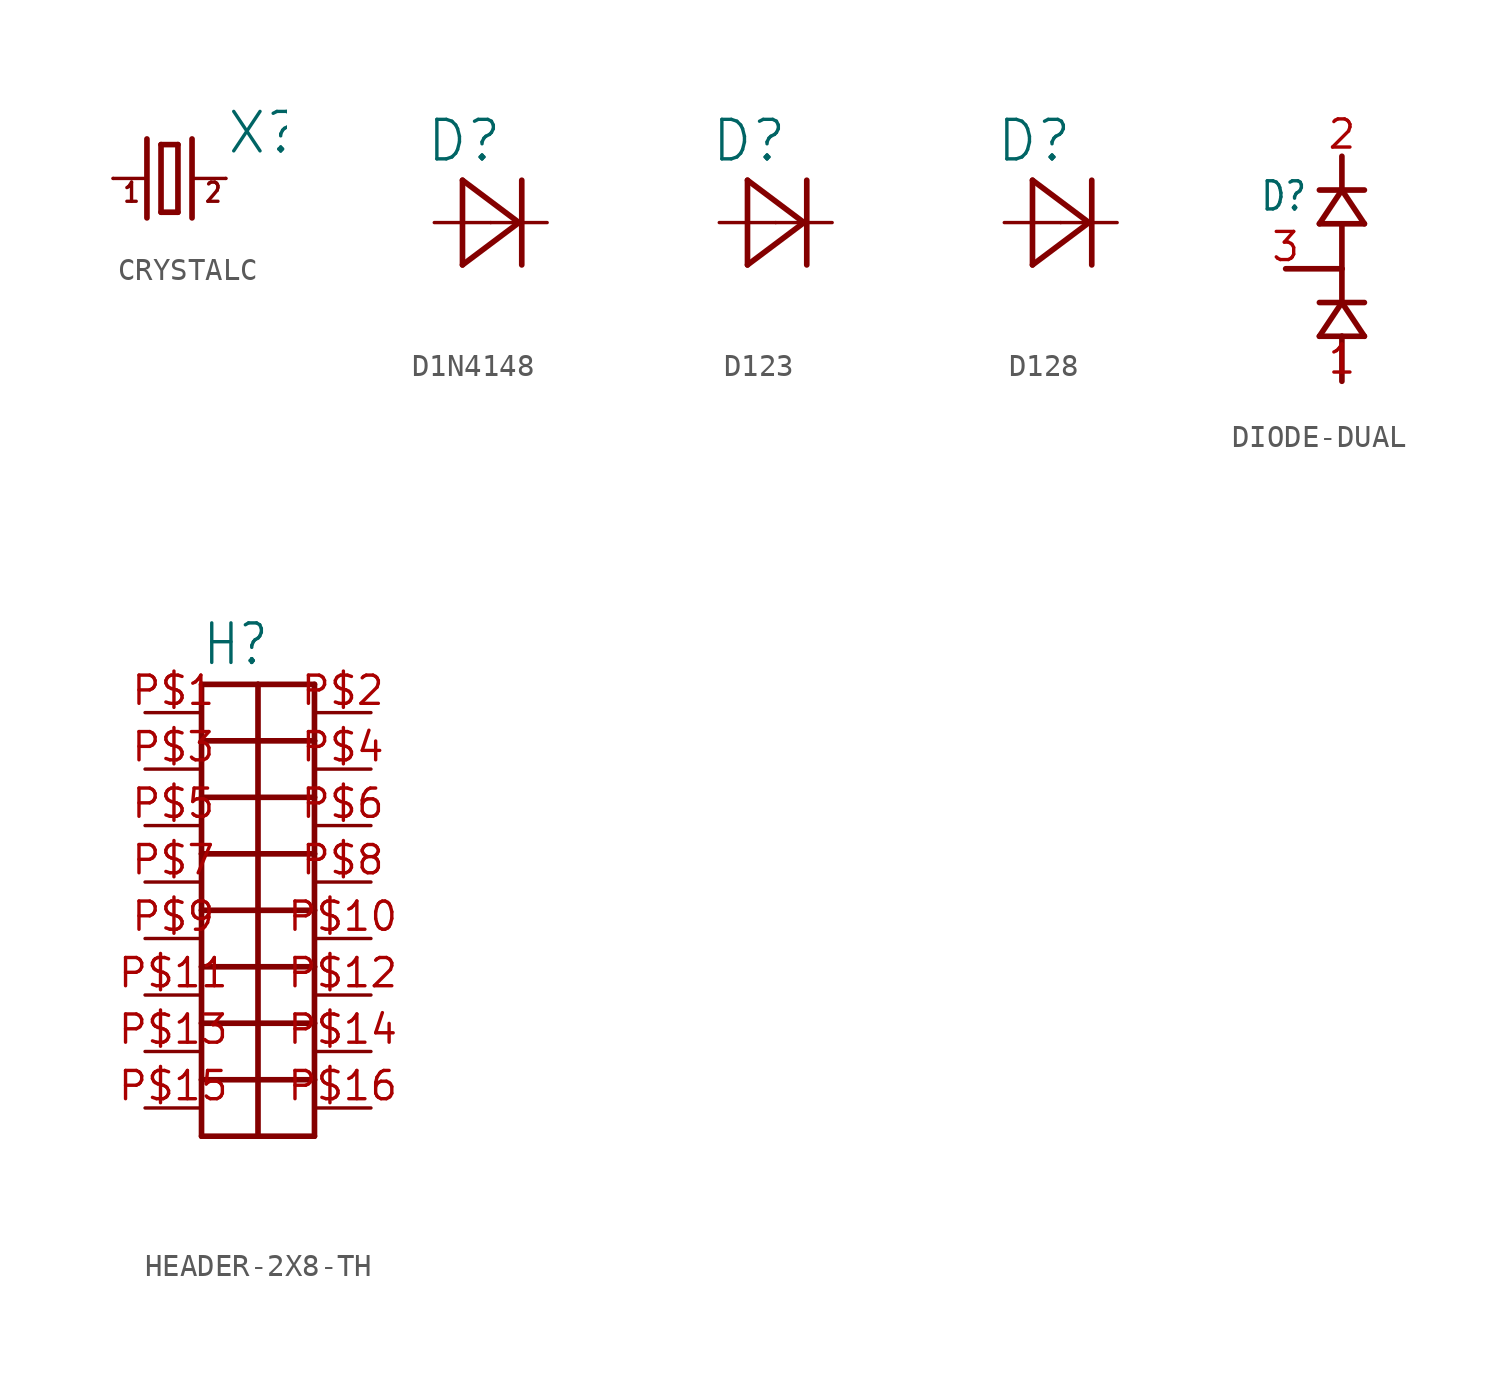
<source format=kicad_sym>
(kicad_symbol_lib
  (version 20231120)
  (generator "kicad_symbol_editor")
  (generator_version "8.0")
  (symbol "CRYSTALC"
    (property "Reference" "X"
      (at 2.54 1.016 0)
      (effects (font (size 1.778 1.778)) (justify left bottom)))
    (property "Value" ""
      (at 2.54 -2.54 0)
      (effects (font (size 1.778 1.778)) (justify left bottom)))
    (property "ki_locked" ""
      (at 0 0 0)
      (effects (font (size 1.27 1.27))))
    (symbol "CRYSTALC_1_0"
      (polyline (pts (xy -2.54 0) (xy -1.016 0)) (stroke (width 0.152) (type solid)) (fill (type none)))
      (polyline (pts (xy -1.016 1.778) (xy -1.016 -1.778)) (stroke (width 0.254) (type solid)) (fill (type none)))
      (polyline (pts (xy -0.381 -1.524) (xy 0.381 -1.524)) (stroke (width 0.254) (type solid)) (fill (type none)))
      (polyline (pts (xy -0.381 1.524) (xy -0.381 -1.524)) (stroke (width 0.254) (type solid)) (fill (type none)))
      (polyline (pts (xy 0.381 -1.524) (xy 0.381 1.524)) (stroke (width 0.254) (type solid)) (fill (type none)))
      (polyline (pts (xy 0.381 1.524) (xy -0.381 1.524)) (stroke (width 0.254) (type solid)) (fill (type none)))
      (polyline (pts (xy 1.016 0) (xy 2.54 0)) (stroke (width 0.152) (type solid)) (fill (type none)))
      (polyline (pts (xy 1.016 1.778) (xy 1.016 -1.778)) (stroke (width 0.254) (type solid)) (fill (type none)))
      (text "1" (at -2.159 -1.143 0) (effects (font (size 0.864 0.734)) (justify left bottom)))
      (text "2" (at 1.524 -1.143 0) (effects (font (size 0.864 0.734)) (justify left bottom)))
      (pin passive line (at -2.54 0 0) (length 0) (name "1" (effects (font (size 0 0)))) (number "1" (effects (font (size 0 0)))))
      (pin passive line (at 2.54 0 180) (length 0) (name "2" (effects (font (size 0 0)))) (number "2" (effects (font (size 0 0)))))))
  (symbol "D1N4148"
    (property "Reference" "D"
      (at -2.946 2.642 0)
      (effects (font (size 1.778 1.778)) (justify left bottom)))
    (property "Value" ""
      (at -4.47 -4.496 0)
      (effects (font (size 1.778 1.778)) (justify left bottom)))
    (property "ki_locked" ""
      (at 0 0 0)
      (effects (font (size 1.27 1.27))))
    (symbol "D1N4148_1_0"
      (polyline (pts (xy -1.27 -1.905) (xy 1.27 0)) (stroke (width 0.254) (type solid)) (fill (type none)))
      (polyline (pts (xy -1.27 1.905) (xy -1.27 -1.905)) (stroke (width 0.254) (type solid)) (fill (type none)))
      (polyline (pts (xy 1.27 0) (xy -1.27 1.905)) (stroke (width 0.254) (type solid)) (fill (type none)))
      (polyline (pts (xy 1.397 1.905) (xy 1.397 -1.905)) (stroke (width 0.254) (type solid)) (fill (type none)))
      (pin passive line (at -2.54 0 0) (length 2.54) (name "A" (effects (font (size 0 0)))) (number "A" (effects (font (size 0 0)))))
      (pin passive line (at 2.54 0 180) (length 2.54) (name "C" (effects (font (size 0 0)))) (number "C" (effects (font (size 0 0)))))))
  (symbol "D123"
    (property "Reference" "D"
      (at -2.946 2.642 0)
      (effects (font (size 1.778 1.778)) (justify left bottom)))
    (property "Value" ""
      (at -4.47 -4.496 0)
      (effects (font (size 1.778 1.778)) (justify left bottom)))
    (property "ki_locked" ""
      (at 0 0 0)
      (effects (font (size 1.27 1.27))))
    (symbol "D123_1_0"
      (polyline (pts (xy -1.27 -1.905) (xy 1.27 0)) (stroke (width 0.254) (type solid)) (fill (type none)))
      (polyline (pts (xy -1.27 1.905) (xy -1.27 -1.905)) (stroke (width 0.254) (type solid)) (fill (type none)))
      (polyline (pts (xy 1.27 0) (xy -1.27 1.905)) (stroke (width 0.254) (type solid)) (fill (type none)))
      (polyline (pts (xy 1.397 1.905) (xy 1.397 -1.905)) (stroke (width 0.254) (type solid)) (fill (type none)))
      (pin passive line (at -2.54 0 0) (length 2.54) (name "A" (effects (font (size 0 0)))) (number "A" (effects (font (size 0 0)))))
      (pin passive line (at 2.54 0 180) (length 2.54) (name "C" (effects (font (size 0 0)))) (number "C" (effects (font (size 0 0)))))))
  (symbol "D128"
    (property "Reference" "D"
      (at -2.946 2.642 0)
      (effects (font (size 1.778 1.778)) (justify left bottom)))
    (property "Value" ""
      (at -4.47 -4.496 0)
      (effects (font (size 1.778 1.778)) (justify left bottom)))
    (property "ki_locked" ""
      (at 0 0 0)
      (effects (font (size 1.27 1.27))))
    (symbol "D128_1_0"
      (polyline (pts (xy -1.27 -1.905) (xy 1.27 0)) (stroke (width 0.254) (type solid)) (fill (type none)))
      (polyline (pts (xy -1.27 1.905) (xy -1.27 -1.905)) (stroke (width 0.254) (type solid)) (fill (type none)))
      (polyline (pts (xy 1.27 0) (xy -1.27 1.905)) (stroke (width 0.254) (type solid)) (fill (type none)))
      (polyline (pts (xy 1.397 1.905) (xy 1.397 -1.905)) (stroke (width 0.254) (type solid)) (fill (type none)))
      (pin passive line (at -2.54 0 0) (length 2.54) (name "A" (effects (font (size 0 0)))) (number "A" (effects (font (size 0 0)))))
      (pin passive line (at 2.54 0 180) (length 2.54) (name "C" (effects (font (size 0 0)))) (number "C" (effects (font (size 0 0)))))))
  (symbol "DIODE-DUAL"
    (property "Reference" "D"
      (at -1.524 2.54 0)
      (effects (font (size 1.27 1.079)) (justify right bottom)))
    (property "Value" ""
      (at -1.524 -2.54 0)
      (effects (font (size 1.27 1.079)) (justify right bottom)))
    (property "ki_locked" ""
      (at 0 0 0)
      (effects (font (size 1.27 1.27))))
    (symbol "DIODE-DUAL_1_0"
      (polyline (pts (xy -1.016 -3.048) (xy 0 -1.524)) (stroke (width 0.254) (type solid)) (fill (type none)))
      (polyline (pts (xy -1.016 -1.524) (xy 0 -1.524)) (stroke (width 0.254) (type solid)) (fill (type none)))
      (polyline (pts (xy -1.016 2.032) (xy 0 3.556)) (stroke (width 0.254) (type solid)) (fill (type none)))
      (polyline (pts (xy -1.016 3.556) (xy 0 3.556)) (stroke (width 0.254) (type solid)) (fill (type none)))
      (polyline (pts (xy 0 -5.08) (xy 0 -3.048)) (stroke (width 0.254) (type solid)) (fill (type none)))
      (polyline (pts (xy 0 -3.048) (xy -1.016 -3.048)) (stroke (width 0.254) (type solid)) (fill (type none)))
      (polyline (pts (xy 0 -1.524) (xy 0 0)) (stroke (width 0.254) (type solid)) (fill (type none)))
      (polyline (pts (xy 0 -1.524) (xy 1.016 -3.048)) (stroke (width 0.254) (type solid)) (fill (type none)))
      (polyline (pts (xy 0 0) (xy -2.54 0)) (stroke (width 0.254) (type solid)) (fill (type none)))
      (polyline (pts (xy 0 0) (xy 0 2.032)) (stroke (width 0.254) (type solid)) (fill (type none)))
      (polyline (pts (xy 0 2.032) (xy -1.016 2.032)) (stroke (width 0.254) (type solid)) (fill (type none)))
      (polyline (pts (xy 0 3.556) (xy 0 5.08)) (stroke (width 0.254) (type solid)) (fill (type none)))
      (polyline (pts (xy 0 3.556) (xy 1.016 2.032)) (stroke (width 0.254) (type solid)) (fill (type none)))
      (polyline (pts (xy 1.016 -3.048) (xy 0 -3.048)) (stroke (width 0.254) (type solid)) (fill (type none)))
      (polyline (pts (xy 1.016 -1.524) (xy 0 -1.524)) (stroke (width 0.254) (type solid)) (fill (type none)))
      (polyline (pts (xy 1.016 2.032) (xy 0 2.032)) (stroke (width 0.254) (type solid)) (fill (type none)))
      (polyline (pts (xy 1.016 3.556) (xy 0 3.556)) (stroke (width 0.254) (type solid)) (fill (type none)))
      (pin bidirectional line (at 0 -5.08 180) (length 0) (name "ANODE" (effects (font (size 0 0)))) (number "1" (effects (font (size 1.27 1.27)))))
      (pin bidirectional line (at 0 5.08 180) (length 0) (name "CATHODE" (effects (font (size 0 0)))) (number "2" (effects (font (size 1.27 1.27)))))
      (pin bidirectional line (at -2.54 0 180) (length 0) (name "COMMON" (effects (font (size 0 0)))) (number "3" (effects (font (size 1.27 1.27)))))))
  (symbol "HEADER-2X8-TH"
    (property "Reference" "H"
      (at -2.54 12.192 0)
      (effects (font (size 1.778 1.511)) (justify left bottom)))
    (property "Value" ""
      (at -2.54 -11.176 0)
      (effects (font (size 1.778 1.511)) (justify left bottom)))
    (property "ki_locked" ""
      (at 0 0 0)
      (effects (font (size 1.27 1.27))))
    (symbol "HEADER-2X8-TH_1_0"
      (polyline (pts (xy -2.54 -8.89) (xy 0 -8.89)) (stroke (width 0.254) (type solid)) (fill (type none)))
      (polyline (pts (xy -2.54 -6.35) (xy -2.54 -8.89)) (stroke (width 0.254) (type solid)) (fill (type none)))
      (polyline (pts (xy -2.54 -6.35) (xy 2.54 -6.35)) (stroke (width 0.254) (type solid)) (fill (type none)))
      (polyline (pts (xy -2.54 -3.81) (xy -2.54 -6.35)) (stroke (width 0.254) (type solid)) (fill (type none)))
      (polyline (pts (xy -2.54 -3.81) (xy 2.54 -3.81)) (stroke (width 0.254) (type solid)) (fill (type none)))
      (polyline (pts (xy -2.54 -1.27) (xy -2.54 -3.81)) (stroke (width 0.254) (type solid)) (fill (type none)))
      (polyline (pts (xy -2.54 1.27) (xy -2.54 -1.27)) (stroke (width 0.254) (type solid)) (fill (type none)))
      (polyline (pts (xy -2.54 1.27) (xy 2.54 1.27)) (stroke (width 0.254) (type solid)) (fill (type none)))
      (polyline (pts (xy -2.54 3.81) (xy -2.54 1.27)) (stroke (width 0.254) (type solid)) (fill (type none)))
      (polyline (pts (xy -2.54 6.35) (xy -2.54 3.81)) (stroke (width 0.254) (type solid)) (fill (type none)))
      (polyline (pts (xy -2.54 6.35) (xy 2.54 6.35)) (stroke (width 0.254) (type solid)) (fill (type none)))
      (polyline (pts (xy -2.54 8.89) (xy -2.54 6.35)) (stroke (width 0.254) (type solid)) (fill (type none)))
      (polyline (pts (xy -2.54 11.43) (xy -2.54 8.89)) (stroke (width 0.254) (type solid)) (fill (type none)))
      (polyline (pts (xy 0 -8.89) (xy 2.54 -8.89)) (stroke (width 0.254) (type solid)) (fill (type none)))
      (polyline (pts (xy 0 11.43) (xy -2.54 11.43)) (stroke (width 0.254) (type solid)) (fill (type none)))
      (polyline (pts (xy 0 11.43) (xy 0 -8.89)) (stroke (width 0.254) (type solid)) (fill (type none)))
      (polyline (pts (xy 2.54 -8.89) (xy 2.54 -6.35)) (stroke (width 0.254) (type solid)) (fill (type none)))
      (polyline (pts (xy 2.54 -6.35) (xy 2.54 -3.81)) (stroke (width 0.254) (type solid)) (fill (type none)))
      (polyline (pts (xy 2.54 -3.81) (xy 2.54 -1.27)) (stroke (width 0.254) (type solid)) (fill (type none)))
      (polyline (pts (xy 2.54 -1.27) (xy -2.54 -1.27)) (stroke (width 0.254) (type solid)) (fill (type none)))
      (polyline (pts (xy 2.54 -1.27) (xy 2.54 1.27)) (stroke (width 0.254) (type solid)) (fill (type none)))
      (polyline (pts (xy 2.54 1.27) (xy 2.54 3.81)) (stroke (width 0.254) (type solid)) (fill (type none)))
      (polyline (pts (xy 2.54 3.81) (xy -2.54 3.81)) (stroke (width 0.254) (type solid)) (fill (type none)))
      (polyline (pts (xy 2.54 3.81) (xy 2.54 6.35)) (stroke (width 0.254) (type solid)) (fill (type none)))
      (polyline (pts (xy 2.54 6.35) (xy 2.54 8.89)) (stroke (width 0.254) (type solid)) (fill (type none)))
      (polyline (pts (xy 2.54 8.89) (xy -2.54 8.89)) (stroke (width 0.254) (type solid)) (fill (type none)))
      (polyline (pts (xy 2.54 8.89) (xy 2.54 11.43)) (stroke (width 0.254) (type solid)) (fill (type none)))
      (polyline (pts (xy 2.54 11.43) (xy 0 11.43)) (stroke (width 0.254) (type solid)) (fill (type none)))
      (pin bidirectional line (at -5.08 10.16 0) (length 2.54) (name "P$1" (effects (font (size 0 0)))) (number "P$1" (effects (font (size 1.27 1.27)))))
      (pin bidirectional line (at 5.08 0 180) (length 2.54) (name "P$10" (effects (font (size 0 0)))) (number "P$10" (effects (font (size 1.27 1.27)))))
      (pin bidirectional line (at -5.08 -2.54 0) (length 2.54) (name "P$11" (effects (font (size 0 0)))) (number "P$11" (effects (font (size 1.27 1.27)))))
      (pin bidirectional line (at 5.08 -2.54 180) (length 2.54) (name "P$12" (effects (font (size 0 0)))) (number "P$12" (effects (font (size 1.27 1.27)))))
      (pin bidirectional line (at -5.08 -5.08 0) (length 2.54) (name "P$13" (effects (font (size 0 0)))) (number "P$13" (effects (font (size 1.27 1.27)))))
      (pin bidirectional line (at 5.08 -5.08 180) (length 2.54) (name "P$14" (effects (font (size 0 0)))) (number "P$14" (effects (font (size 1.27 1.27)))))
      (pin bidirectional line (at -5.08 -7.62 0) (length 2.54) (name "P$15" (effects (font (size 0 0)))) (number "P$15" (effects (font (size 1.27 1.27)))))
      (pin bidirectional line (at 5.08 -7.62 180) (length 2.54) (name "P$16" (effects (font (size 0 0)))) (number "P$16" (effects (font (size 1.27 1.27)))))
      (pin bidirectional line (at 5.08 10.16 180) (length 2.54) (name "P$2" (effects (font (size 0 0)))) (number "P$2" (effects (font (size 1.27 1.27)))))
      (pin bidirectional line (at -5.08 7.62 0) (length 2.54) (name "P$3" (effects (font (size 0 0)))) (number "P$3" (effects (font (size 1.27 1.27)))))
      (pin bidirectional line (at 5.08 7.62 180) (length 2.54) (name "P$4" (effects (font (size 0 0)))) (number "P$4" (effects (font (size 1.27 1.27)))))
      (pin bidirectional line (at -5.08 5.08 0) (length 2.54) (name "P$5" (effects (font (size 0 0)))) (number "P$5" (effects (font (size 1.27 1.27)))))
      (pin bidirectional line (at 5.08 5.08 180) (length 2.54) (name "P$6" (effects (font (size 0 0)))) (number "P$6" (effects (font (size 1.27 1.27)))))
      (pin bidirectional line (at -5.08 2.54 0) (length 2.54) (name "P$7" (effects (font (size 0 0)))) (number "P$7" (effects (font (size 1.27 1.27)))))
      (pin bidirectional line (at 5.08 2.54 180) (length 2.54) (name "P$8" (effects (font (size 0 0)))) (number "P$8" (effects (font (size 1.27 1.27)))))
      (pin bidirectional line (at -5.08 0 0) (length 2.54) (name "P$9" (effects (font (size 0 0)))) (number "P$9" (effects (font (size 1.27 1.27))))))))
</source>
